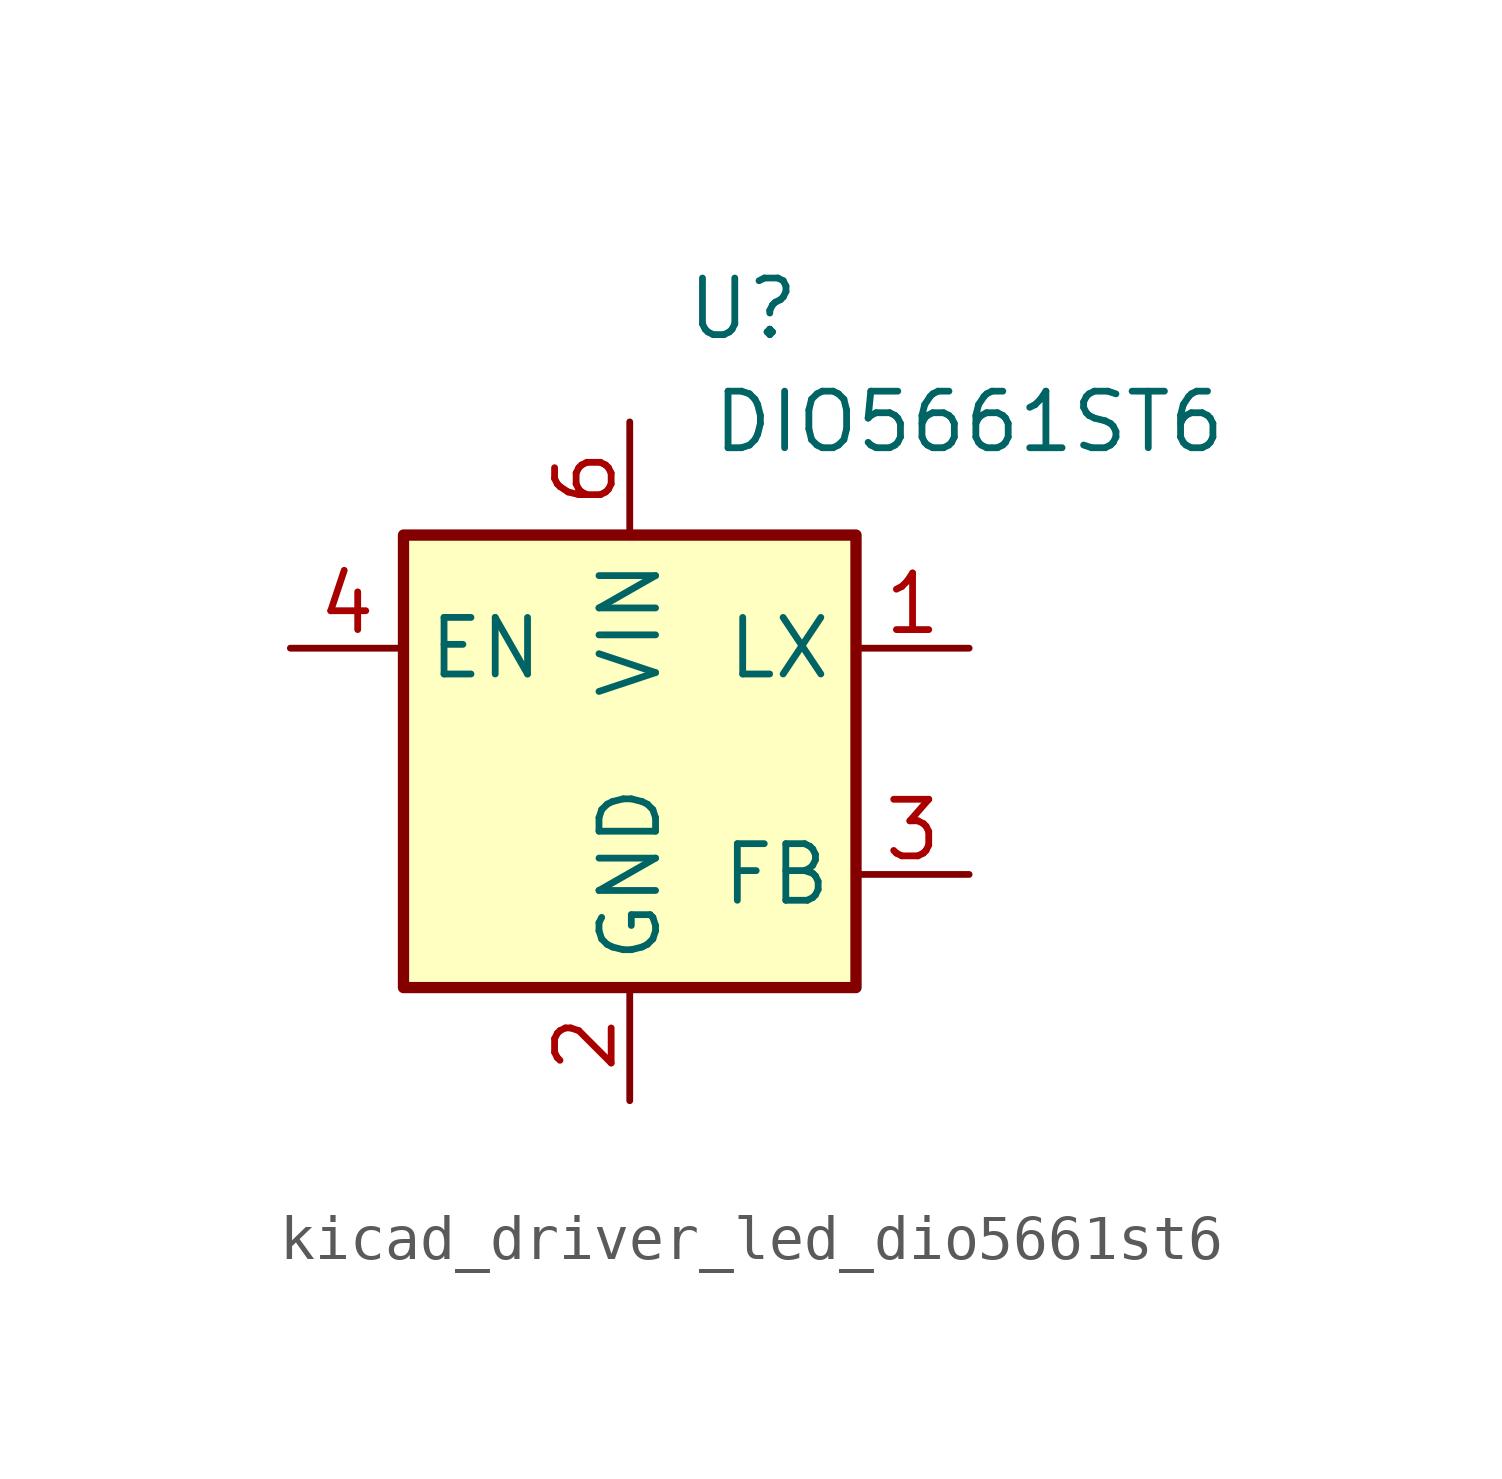
<source format=kicad_sym>
(kicad_symbol_lib
  (version 20220914)
  (generator kicad_symbol_editor)
  (symbol "kicad_driver_led_dio5661st6"
    (property "Reference" "U"
      (at 2.54 10.16 0)
      (effects (font (size 1.27 1.27))))
    (property "Value" "DIO5661ST6"
      (at 7.62 7.62 0)
      (effects (font (size 1.27 1.27))))
    (symbol "kicad_driver_led_dio5661st6_0_1"
      (rectangle (start 5.08 -5.08) (end -5.08 5.08) (stroke (width 0.254) (type default)) (fill (type background))))
    (symbol "kicad_driver_led_dio5661st6_1_1"
      (pin open_collector line (at 7.62 2.54 180) (length 2.54) (name "LX" (effects (font (size 1.27 1.27)))) (number "1" (effects (font (size 1.27 1.27)))))
      (pin power_in line (at 0 -7.62 90) (length 2.54) (name "GND" (effects (font (size 1.27 1.27)))) (number "2" (effects (font (size 1.27 1.27)))))
      (pin input line (at 7.62 -2.54 180) (length 2.54) (name "FB" (effects (font (size 1.27 1.27)))) (number "3" (effects (font (size 1.27 1.27)))))
      (pin input line (at -7.62 2.54 0) (length 2.54) (name "EN" (effects (font (size 1.27 1.27)))) (number "4" (effects (font (size 1.27 1.27)))))
      (pin no_connect line (at -5.08 -2.54 0) (length 2.54) hide (name "~" (effects (font (size 1.27 1.27)))) (number "5" (effects (font (size 1.27 1.27)))))
      (pin power_in line (at 0 7.62 270) (length 2.54) (name "VIN" (effects (font (size 1.27 1.27)))) (number "6" (effects (font (size 1.27 1.27))))))))
</source>
